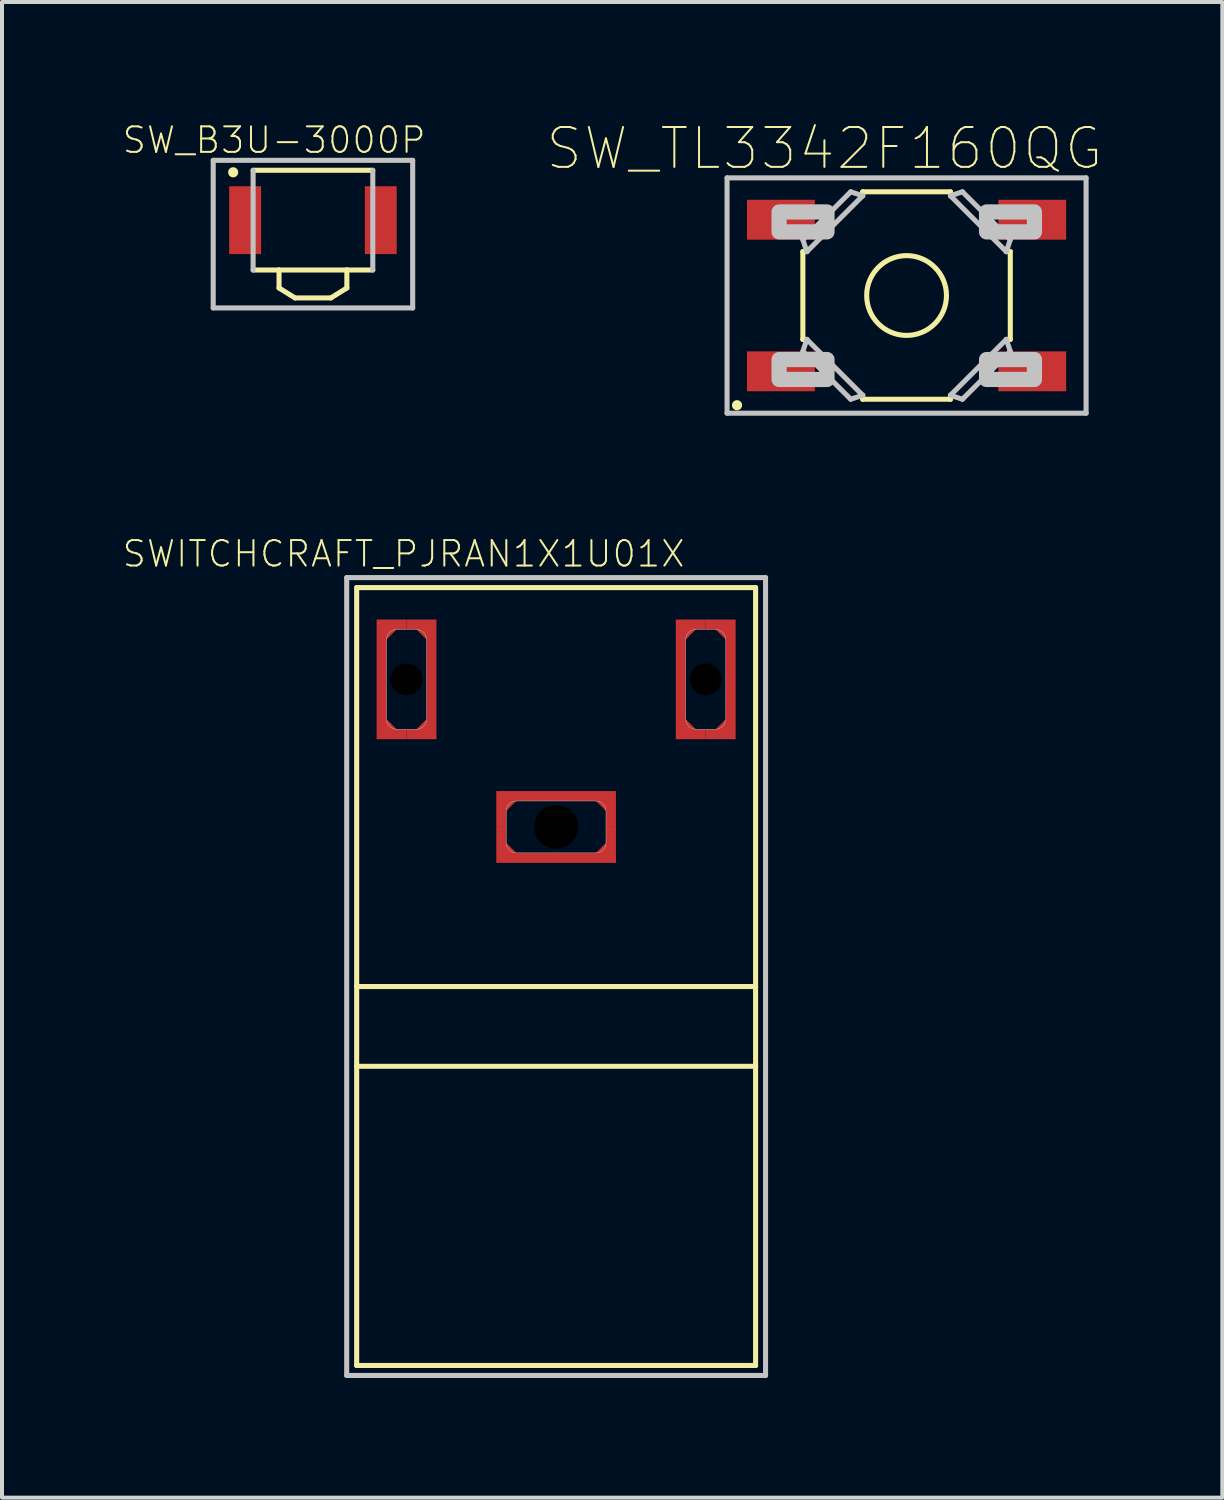
<source format=kicad_pcb>
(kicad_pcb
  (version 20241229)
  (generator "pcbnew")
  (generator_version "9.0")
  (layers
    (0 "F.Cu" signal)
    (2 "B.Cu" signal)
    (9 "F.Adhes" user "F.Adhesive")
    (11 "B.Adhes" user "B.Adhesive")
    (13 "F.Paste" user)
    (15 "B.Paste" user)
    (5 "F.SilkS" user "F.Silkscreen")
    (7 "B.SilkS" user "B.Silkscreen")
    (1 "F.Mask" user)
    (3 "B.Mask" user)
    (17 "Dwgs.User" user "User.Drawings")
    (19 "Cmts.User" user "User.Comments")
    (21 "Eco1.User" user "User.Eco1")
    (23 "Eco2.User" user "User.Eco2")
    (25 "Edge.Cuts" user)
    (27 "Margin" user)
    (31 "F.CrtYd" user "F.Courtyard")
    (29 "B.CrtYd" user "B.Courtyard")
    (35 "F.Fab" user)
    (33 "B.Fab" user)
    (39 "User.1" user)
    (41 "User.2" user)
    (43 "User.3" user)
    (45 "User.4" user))
  (footprint "SWITCHCRAFT_PJRAN1X1U01X"
    (layer "F.Cu")
    (at 10.891 17.68)
    (property "Reference" "SWITCHCRAFT_PJRAN1X1U01X" (at -3.824 -6.846 0) (layer "F.SilkS") (effects (font (size 0.64 0.64) (thickness 0.05))))
    (attr smd)
    (fp_poly (pts (xy -3.75 -4.95) (xy -3.75 -5.2) (xy -3 -5.2) (xy -3 -2.2) (xy -3.75 -2.2) (xy -3.75 -2.45) (xy -3.5 -2.45) (xy -3.25 -2.7) (xy -3.25 -4.7) (xy -3.5 -4.95)) (stroke (width 0) (type solid)) (fill yes) (layer "F.Cu"))
    (fp_poly (pts (xy -3.75 -2.45) (xy -3.75 -2.2) (xy -4.5 -2.2) (xy -4.5 -5.2) (xy -3.75 -5.2) (xy -3.75 -4.95) (xy -4 -4.95) (xy -4.25 -4.7) (xy -4.25 -2.7) (xy -4 -2.45)) (stroke (width 0) (type solid)) (fill yes) (layer "F.Cu"))
    (fp_poly (pts (xy -1.25 0) (xy -1.5 0) (xy -1.5 -0.9) (xy 1.5 -0.9) (xy 1.5 0) (xy 1.25 0) (xy 1.25 -0.4) (xy 1 -0.65) (xy -1 -0.65) (xy -1.25 -0.4)) (stroke (width 0) (type solid)) (fill yes) (layer "F.Cu"))
    (fp_poly (pts (xy 1.25 0) (xy 1.5 0) (xy 1.5 0.9) (xy -1.5 0.9) (xy -1.5 0) (xy -1.25 0) (xy -1.25 0.4) (xy -1 0.65) (xy 1 0.65) (xy 1.25 0.4)) (stroke (width 0) (type solid)) (fill yes) (layer "F.Cu"))
    (fp_poly (pts (xy 3.75 -4.95) (xy 3.75 -5.2) (xy 4.5 -5.2) (xy 4.5 -2.2) (xy 3.75 -2.2) (xy 3.75 -2.45) (xy 4 -2.45) (xy 4.25 -2.7) (xy 4.25 -4.7) (xy 4 -4.95)) (stroke (width 0) (type solid)) (fill yes) (layer "F.Cu"))
    (fp_poly (pts (xy 3.75 -2.45) (xy 3.75 -2.2) (xy 3 -2.2) (xy 3 -5.2) (xy 3.75 -5.2) (xy 3.75 -4.95) (xy 3.5 -4.95) (xy 3.25 -4.7) (xy 3.25 -2.7) (xy 3.5 -2.45)) (stroke (width 0) (type solid)) (fill yes) (layer "F.Cu"))
    (fp_poly (pts (xy -4.6 -5.3) (xy -2.9 -5.3) (xy -2.9 -2.1) (xy -4.6 -2.1)) (stroke (width 0.381) (type solid)) (fill yes) (layer "F.Mask"))
    (fp_poly (pts (xy -1.6 -1) (xy 1.6 -1) (xy 1.6 1) (xy -1.6 1)) (stroke (width 0.381) (type solid)) (fill yes) (layer "F.Mask"))
    (fp_poly (pts (xy 2.9 -5.3) (xy 4.6 -5.3) (xy 4.6 -2.1) (xy 2.9 -2.1)) (stroke (width 0.381) (type solid)) (fill yes) (layer "F.Mask"))
    (fp_line (start -5 -6) (end 5 -6) (stroke (width 0.127) (type solid)) (layer "F.SilkS"))
    (fp_line (start -5 4) (end -5 -6) (stroke (width 0.127) (type solid)) (layer "F.SilkS"))
    (fp_line (start -5 4) (end 5 4) (stroke (width 0.127) (type solid)) (layer "F.SilkS"))
    (fp_line (start -5 6) (end -5 4) (stroke (width 0.127) (type solid)) (layer "F.SilkS"))
    (fp_line (start -5 6) (end 5 6) (stroke (width 0.127) (type solid)) (layer "F.SilkS"))
    (fp_line (start -5 13.5) (end -5 6) (stroke (width 0.127) (type solid)) (layer "F.SilkS"))
    (fp_line (start 5 -6) (end 5 4) (stroke (width 0.127) (type solid)) (layer "F.SilkS"))
    (fp_line (start 5 4) (end 5 6) (stroke (width 0.127) (type solid)) (layer "F.SilkS"))
    (fp_line (start 5 6) (end 5 13.5) (stroke (width 0.127) (type solid)) (layer "F.SilkS"))
    (fp_line (start 5 13.5) (end -5 13.5) (stroke (width 0.127) (type solid)) (layer "F.SilkS"))
    (fp_poly (pts (xy -4.5 -5.2) (xy -3 -5.2) (xy -3 -2.2) (xy -4.5 -2.2)) (stroke (width 0.381) (type solid)) (fill yes) (layer "F.Paste"))
    (fp_poly (pts (xy -1.5 -0.9) (xy 1.5 -0.9) (xy 1.5 0.9) (xy -1.5 0.9)) (stroke (width 0.381) (type solid)) (fill yes) (layer "F.Paste"))
    (fp_poly (pts (xy 3 -5.2) (xy 4.5 -5.2) (xy 4.5 -2.2) (xy 3 -2.2)) (stroke (width 0.381) (type solid)) (fill yes) (layer "F.Paste"))
    (fp_line (start -5.25 -6.25) (end 5.25 -6.25) (stroke (width 0.127) (type solid)) (layer "Dwgs.User"))
    (fp_line (start -5.25 13.75) (end -5.25 -6.25) (stroke (width 0.127) (type solid)) (layer "Dwgs.User"))
    (fp_line (start -4.25 -4.7) (end -4.25 -2.7) (stroke (width 0.01) (type solid)) (layer "Dwgs.User"))
    (fp_line (start -4 -2.45) (end -3.5 -2.45) (stroke (width 0.01) (type solid)) (layer "Dwgs.User"))
    (fp_line (start -3.5 -4.95) (end -4 -4.95) (stroke (width 0.01) (type solid)) (layer "Dwgs.User"))
    (fp_line (start -3.25 -2.7) (end -3.25 -4.7) (stroke (width 0.01) (type solid)) (layer "Dwgs.User"))
    (fp_line (start -1.25 -0.4) (end -1.25 0.4) (stroke (width 0.01) (type solid)) (layer "Dwgs.User"))
    (fp_line (start -1 -0.65) (end 1 -0.65) (stroke (width 0.01) (type solid)) (layer "Dwgs.User"))
    (fp_line (start -1 0.65) (end 1 0.65) (stroke (width 0.01) (type solid)) (layer "Dwgs.User"))
    (fp_line (start 1.25 0.4) (end 1.25 -0.4) (stroke (width 0.01) (type solid)) (layer "Dwgs.User"))
    (fp_line (start 3.25 -4.7) (end 3.25 -2.7) (stroke (width 0.01) (type solid)) (layer "Dwgs.User"))
    (fp_line (start 3.5 -2.45) (end 4 -2.45) (stroke (width 0.01) (type solid)) (layer "Dwgs.User"))
    (fp_line (start 4 -4.95) (end 3.5 -4.95) (stroke (width 0.01) (type solid)) (layer "Dwgs.User"))
    (fp_line (start 4.25 -2.7) (end 4.25 -4.7) (stroke (width 0.01) (type solid)) (layer "Dwgs.User"))
    (fp_line (start 5.25 -6.25) (end 5.25 13.75) (stroke (width 0.127) (type solid)) (layer "Dwgs.User"))
    (fp_line (start 5.25 13.75) (end -5.25 13.75) (stroke (width 0.127) (type solid)) (layer "Dwgs.User"))
    (fp_arc (start -4.25 -4.7) (mid -4.176777 -4.876777) (end -4 -4.95) (stroke (width 0.01) (type solid)) (layer "Dwgs.User"))
    (fp_arc (start -4 -2.45) (mid -4.176777 -2.523223) (end -4.25 -2.7) (stroke (width 0.01) (type solid)) (layer "Dwgs.User"))
    (fp_arc (start -3.5 -4.95) (mid -3.323223 -4.876777) (end -3.25 -4.7) (stroke (width 0.01) (type solid)) (layer "Dwgs.User"))
    (fp_arc (start -3.25 -2.7) (mid -3.323223 -2.523223) (end -3.5 -2.45) (stroke (width 0.01) (type solid)) (layer "Dwgs.User"))
    (fp_arc (start -1.25 -0.4) (mid -1.176777 -0.576777) (end -1 -0.65) (stroke (width 0.01) (type solid)) (layer "Dwgs.User"))
    (fp_arc (start -1 0.65) (mid -1.176777 0.576777) (end -1.25 0.4) (stroke (width 0.01) (type solid)) (layer "Dwgs.User"))
    (fp_arc (start 1 -0.65) (mid 1.176777 -0.576777) (end 1.25 -0.4) (stroke (width 0.01) (type solid)) (layer "Dwgs.User"))
    (fp_arc (start 1.25 0.4) (mid 1.176777 0.576777) (end 1 0.65) (stroke (width 0.01) (type solid)) (layer "Dwgs.User"))
    (fp_arc (start 3.25 -4.7) (mid 3.323223 -4.876777) (end 3.5 -4.95) (stroke (width 0.01) (type solid)) (layer "Dwgs.User"))
    (fp_arc (start 3.5 -2.45) (mid 3.323223 -2.523223) (end 3.25 -2.7) (stroke (width 0.01) (type solid)) (layer "Dwgs.User"))
    (fp_arc (start 4 -4.95) (mid 4.176777 -4.876777) (end 4.25 -4.7) (stroke (width 0.01) (type solid)) (layer "Dwgs.User"))
    (fp_arc (start 4.25 -2.7) (mid 4.176777 -2.523223) (end 4 -2.45) (stroke (width 0.01) (type solid)) (layer "Dwgs.User"))
    (pad "" np_thru_hole circle (at -3.75 -3.7) (size 0.8 0.8) (drill 0.8) (layers))
    (pad "" np_thru_hole circle (at 0 0) (size 1.1 1.1) (drill 1.1) (layers))
    (pad "" np_thru_hole circle (at 3.75 -3.7) (size 0.8 0.8) (drill 0.8) (layers))
    (pad "1" smd rect (at -1.4 -0.8) (size 0.1 0.1) (layers "F.Cu" "F.Mask" "F.Paste"))
    (pad "2" smd rect (at -4.4 -5.1) (size 0.1 0.1) (layers "F.Cu" "F.Mask" "F.Paste"))
    (pad "3" smd rect (at 3.1 -5.1) (size 0.1 0.1) (layers "F.Cu" "F.Mask" "F.Paste")))
  (footprint "SW_TL3342F160QG"
    (layer "F.Cu")
    (at 19.676 4.358)
    (property "Reference" "SW_TL3342F160QG" (at -2.06 -3.685 0) (layer "F.SilkS") (effects (font (size 1 1) (thickness 0.05))))
    (attr smd)
    (fp_line (start -2.6 -1.1) (end -2.5 -1.1) (stroke (width 0.127) (type solid)) (layer "F.SilkS"))
    (fp_line (start -2.6 1.1) (end -2.6 -1.1) (stroke (width 0.127) (type solid)) (layer "F.SilkS"))
    (fp_line (start -2.6 1.1) (end -2.5 1.1) (stroke (width 0.127) (type solid)) (layer "F.SilkS"))
    (fp_line (start -1.1 -2.6) (end -1.1 -2.5) (stroke (width 0.127) (type solid)) (layer "F.SilkS"))
    (fp_line (start -1.1 -2.6) (end 1.1 -2.6) (stroke (width 0.127) (type solid)) (layer "F.SilkS"))
    (fp_line (start -1.1 2.5) (end -1.1 2.6) (stroke (width 0.127) (type solid)) (layer "F.SilkS"))
    (fp_line (start -1.1 2.6) (end 1.1 2.6) (stroke (width 0.127) (type solid)) (layer "F.SilkS"))
    (fp_line (start 1.1 -2.5) (end 1.1 -2.6) (stroke (width 0.127) (type solid)) (layer "F.SilkS"))
    (fp_line (start 1.1 2.5) (end 1.1 2.6) (stroke (width 0.127) (type solid)) (layer "F.SilkS"))
    (fp_line (start 2.5 -1.1) (end 2.6 -1.1) (stroke (width 0.127) (type solid)) (layer "F.SilkS"))
    (fp_line (start 2.5 1.1) (end 2.6 1.1) (stroke (width 0.127) (type solid)) (layer "F.SilkS"))
    (fp_line (start 2.6 -1.1) (end 2.6 1.1) (stroke (width 0.127) (type solid)) (layer "F.SilkS"))
    (fp_circle (center -4.25 2.75) (end -4.123 2.75) (stroke (width 0) (type solid)) (fill yes) (layer "F.SilkS"))
    (fp_circle (center 0 0) (end 1 0) (stroke (width 0.127) (type solid)) (fill no) (layer "F.SilkS"))
    (fp_line (start -4.5 -2.95) (end 4.5 -2.95) (stroke (width 0.127) (type solid)) (layer "Dwgs.User"))
    (fp_line (start -4.5 2.95) (end -4.5 -2.95) (stroke (width 0.127) (type solid)) (layer "Dwgs.User"))
    (fp_line (start -2.6 -1.4) (end -2.5 -1.1) (stroke (width 0.127) (type solid)) (layer "Dwgs.User"))
    (fp_line (start -2.6 -1.4) (end -1.4 -2.6) (stroke (width 0.127) (type solid)) (layer "Dwgs.User"))
    (fp_line (start -2.6 1.4) (end -2.5 1.1) (stroke (width 0.127) (type solid)) (layer "Dwgs.User"))
    (fp_line (start -2.6 1.4) (end -1.4 2.6) (stroke (width 0.127) (type solid)) (layer "Dwgs.User"))
    (fp_line (start -2.5 -1.1) (end -1.1 -2.5) (stroke (width 0.127) (type solid)) (layer "Dwgs.User"))
    (fp_line (start -2.5 1.1) (end -1.1 2.5) (stroke (width 0.127) (type solid)) (layer "Dwgs.User"))
    (fp_line (start -1.4 -2.6) (end -1.1 -2.5) (stroke (width 0.127) (type solid)) (layer "Dwgs.User"))
    (fp_line (start -1.4 2.6) (end -1.1 2.5) (stroke (width 0.127) (type solid)) (layer "Dwgs.User"))
    (fp_line (start 1.1 -2.5) (end 2.5 -1.1) (stroke (width 0.127) (type solid)) (layer "Dwgs.User"))
    (fp_line (start 1.1 2.5) (end 2.5 1.1) (stroke (width 0.127) (type solid)) (layer "Dwgs.User"))
    (fp_line (start 1.4 -2.6) (end 1.1 -2.5) (stroke (width 0.127) (type solid)) (layer "Dwgs.User"))
    (fp_line (start 1.4 -2.6) (end 2.6 -1.4) (stroke (width 0.127) (type solid)) (layer "Dwgs.User"))
    (fp_line (start 1.4 2.6) (end 1.1 2.5) (stroke (width 0.127) (type solid)) (layer "Dwgs.User"))
    (fp_line (start 1.4 2.6) (end 2.6 1.4) (stroke (width 0.127) (type solid)) (layer "Dwgs.User"))
    (fp_line (start 2.6 -1.4) (end 2.5 -1.1) (stroke (width 0.127) (type solid)) (layer "Dwgs.User"))
    (fp_line (start 2.6 1.4) (end 2.5 1.1) (stroke (width 0.127) (type solid)) (layer "Dwgs.User"))
    (fp_line (start 4.5 -2.95) (end 4.5 2.95) (stroke (width 0.127) (type solid)) (layer "Dwgs.User"))
    (fp_line (start 4.5 2.95) (end -4.5 2.95) (stroke (width 0.127) (type solid)) (layer "Dwgs.User"))
    (fp_poly (pts (xy -3.195 -2.095) (xy -1.995 -2.095) (xy -1.995 -1.595) (xy -3.195 -1.595)) (stroke (width 0.381) (type solid)) (fill no) (layer "Dwgs.User"))
    (fp_poly (pts (xy -3.195 1.605) (xy -1.995 1.605) (xy -1.995 2.105) (xy -3.195 2.105)) (stroke (width 0.381) (type solid)) (fill no) (layer "Dwgs.User"))
    (fp_poly (pts (xy 2.005 -2.095) (xy 3.205 -2.095) (xy 3.205 -1.595) (xy 2.005 -1.595)) (stroke (width 0.381) (type solid)) (fill no) (layer "Dwgs.User"))
    (fp_poly (pts (xy 2.005 1.605) (xy 3.205 1.605) (xy 3.205 2.105) (xy 2.005 2.105)) (stroke (width 0.381) (type solid)) (fill no) (layer "Dwgs.User"))
    (pad "1" smd rect (at -3.15 1.9) (size 1.7 1) (layers "F.Cu" "F.Mask" "F.Paste"))
    (pad "2" smd rect (at 3.15 1.9) (size 1.7 1) (layers "F.Cu" "F.Mask" "F.Paste"))
    (pad "3" smd rect (at -3.15 -1.9) (size 1.7 1) (layers "F.Cu" "F.Mask" "F.Paste"))
    (pad "4" smd rect (at 3.15 -1.9) (size 1.7 1) (layers "F.Cu" "F.Mask" "F.Paste")))
  (footprint "SW_B3U-3000P"
    (layer "F.Cu")
    (at 4.795 2.469)
    (property "Reference" "SW_B3U-3000P" (at -0.974 -2.006 0) (layer "F.SilkS") (effects (font (size 0.64 0.64) (thickness 0.05))))
    (attr smd)
    (fp_line (start -1.5 1.25) (end -0.85 1.25) (stroke (width 0.127) (type solid)) (layer "F.SilkS"))
    (fp_line (start -0.85 1.25) (end -0.85 1.7) (stroke (width 0.127) (type solid)) (layer "F.SilkS"))
    (fp_line (start -0.85 1.25) (end 0.85 1.25) (stroke (width 0.127) (type solid)) (layer "F.SilkS"))
    (fp_line (start -0.45 1.95) (end -0.85 1.7) (stroke (width 0.127) (type solid)) (layer "F.SilkS"))
    (fp_line (start 0.45 1.95) (end -0.45 1.95) (stroke (width 0.127) (type solid)) (layer "F.SilkS"))
    (fp_line (start 0.45 1.95) (end 0.85 1.7) (stroke (width 0.127) (type solid)) (layer "F.SilkS"))
    (fp_line (start 0.85 1.25) (end 0.85 1.7) (stroke (width 0.127) (type solid)) (layer "F.SilkS"))
    (fp_line (start 0.85 1.25) (end 1.5 1.25) (stroke (width 0.127) (type solid)) (layer "F.SilkS"))
    (fp_line (start 1.5 -1.25) (end -1.5 -1.25) (stroke (width 0.127) (type solid)) (layer "F.SilkS"))
    (fp_circle (center -2 -1.2) (end -1.873 -1.2) (stroke (width 0) (type solid)) (fill yes) (layer "F.SilkS"))
    (fp_line (start -2.5 -1.5) (end 2.5 -1.5) (stroke (width 0.127) (type solid)) (layer "Dwgs.User"))
    (fp_line (start -2.5 2.2) (end -2.5 -1.5) (stroke (width 0.127) (type solid)) (layer "Dwgs.User"))
    (fp_line (start -1.5 -1.25) (end -1.5 1.25) (stroke (width 0.127) (type solid)) (layer "Dwgs.User"))
    (fp_line (start 1.5 1.25) (end 1.5 -1.25) (stroke (width 0.127) (type solid)) (layer "Dwgs.User"))
    (fp_line (start 2.5 -1.5) (end 2.5 2.2) (stroke (width 0.127) (type solid)) (layer "Dwgs.User"))
    (fp_line (start 2.5 2.2) (end -2.5 2.2) (stroke (width 0.127) (type solid)) (layer "Dwgs.User"))
    (pad "1" smd rect (at -1.7 0 180) (size 0.8 1.7) (layers "F.Cu" "F.Mask" "F.Paste"))
    (pad "2" smd rect (at 1.7 0 180) (size 0.8 1.7) (layers "F.Cu" "F.Mask" "F.Paste")))
  (gr_rect
    (start -3 -3)
    (end 27.591 34.493)
    (stroke (width 0.1) (type default))
    (fill no)
    (layer "Edge.Cuts")))
</source>
